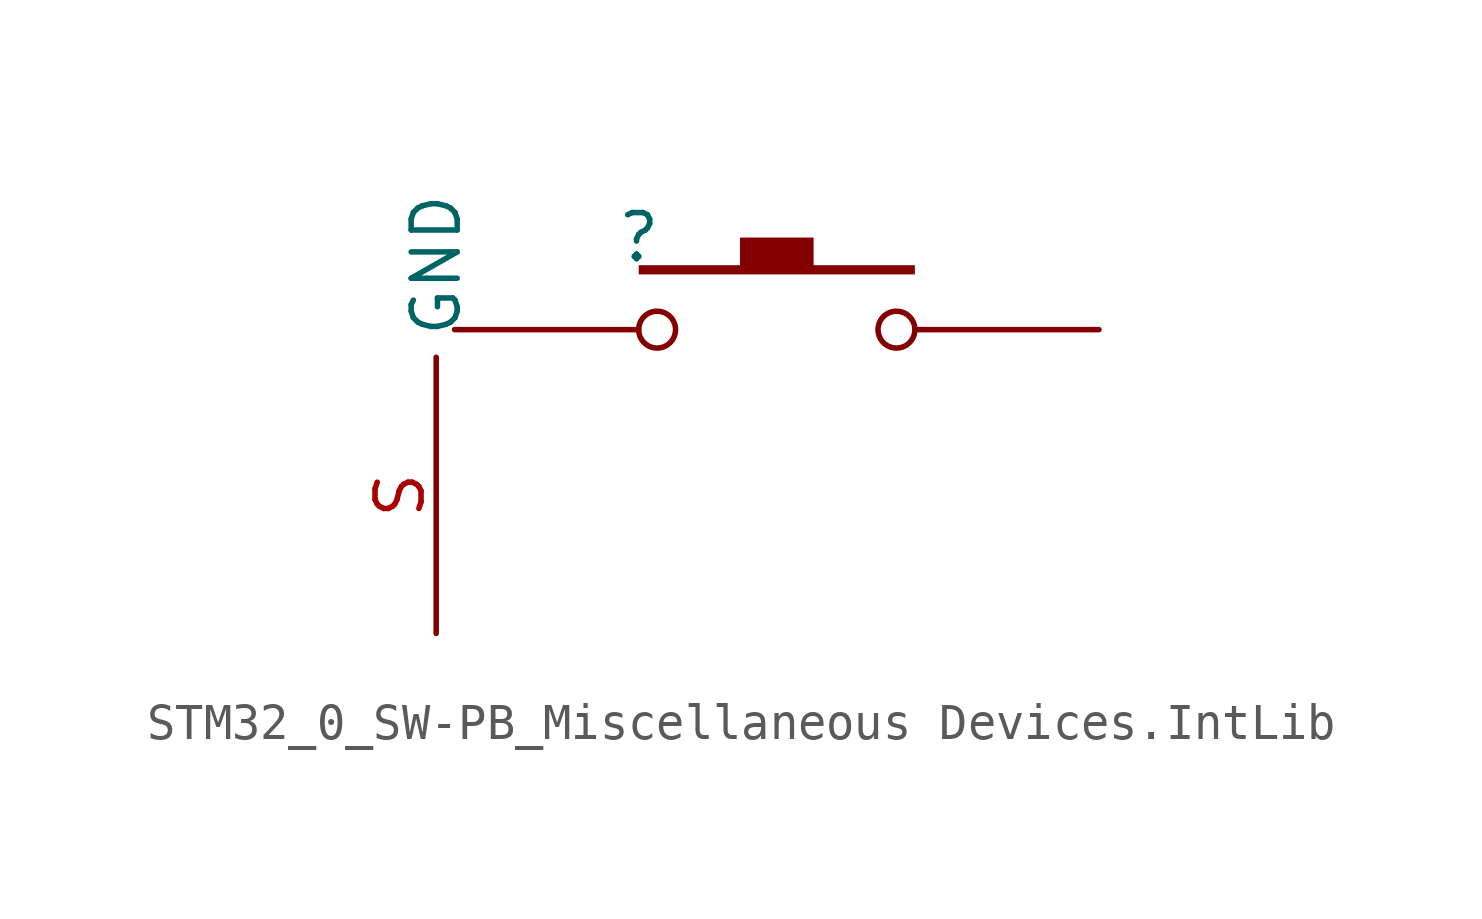
<source format=kicad_sym>
(kicad_symbol_lib
  (version 20241209)
  (generator "kicad_symbol_editor")
  (generator_version "9.0")
  (symbol "STM32_0_SW-PB_Miscellaneous Devices.IntLib"
    (property "Reference" ""
      (at 0 0 0)
      (effects (font (size 1.27 1.27))))
    (property "Value" ""
      (at 0 0 0)
      (effects (font (size 1.27 1.27))))
    (symbol "STM32_0_SW-PB_Miscellaneous Devices.IntLib_1_0"
      (polyline (pts (xy 0 -0.762) (xy 0 -1.016) (xy 7.62 -1.016) (xy 7.62 -0.762) (xy 4.826 -0.762) (xy 4.826 0) (xy 2.794 0) (xy 2.794 -0.762) (xy 0 -0.762)) (stroke (width -0.0001) (type solid)) (fill (type outline)))
      (circle (center 0.508 -2.54) (radius 0.508) (stroke (width 0) (type solid)) (fill (type none)))
      (circle (center 7.112 -2.54) (radius 0.508) (stroke (width 0) (type solid)) (fill (type none)))
      (pin power_in line (at -5.588 -10.922 90) (length 7.62) (name "GND" (effects (font (size 1.27 1.27)))) (number "S" (effects (font (size 1.27 1.27)))))
      (pin passive line (at -5.08 -2.54 0) (length 5.08) (name "1" (effects (font (size 0 0)))) (number "1" (effects (font (size 0 0)))))
      (pin passive line (at 12.7 -2.54 180) (length 5.08) (name "2" (effects (font (size 0 0)))) (number "2" (effects (font (size 0 0))))))))
</source>
